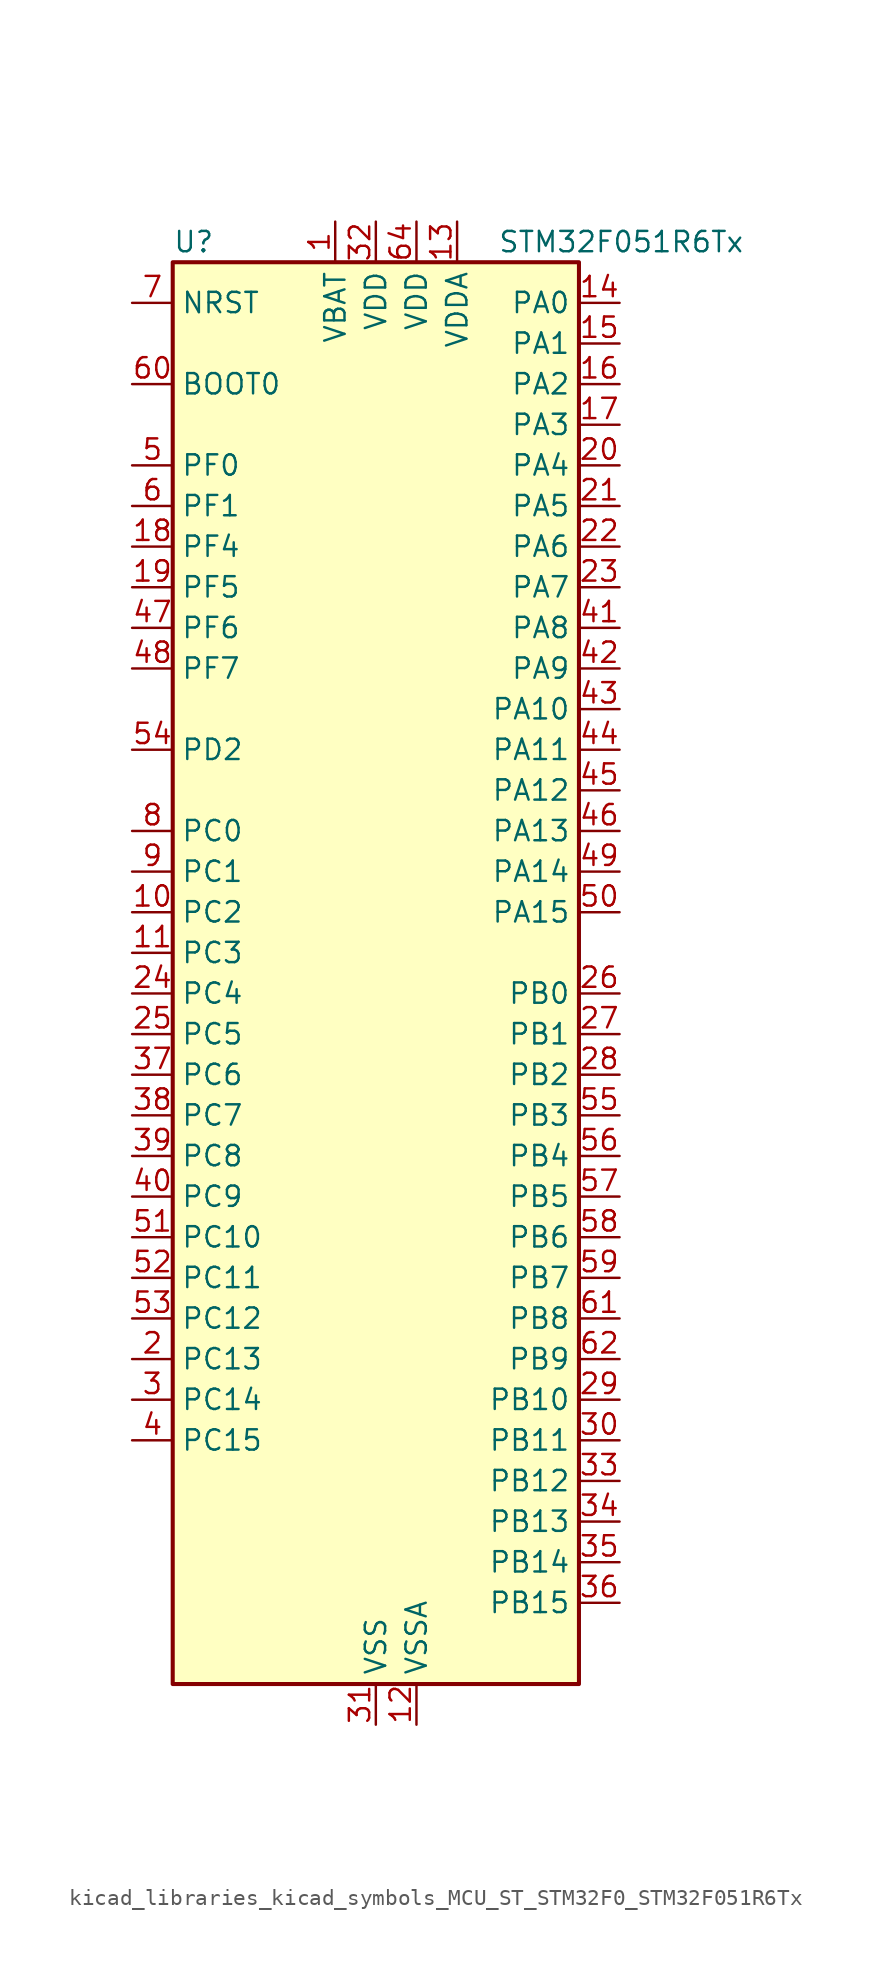
<source format=kicad_sym>
(kicad_symbol_lib
  (version 20220914)
  (generator kicad_symbol_editor)
  (symbol "kicad_libraries_kicad_symbols_MCU_ST_STM32F0_STM32F051R6Tx"
    (property "Reference" "U"
      (at -12.7 46.99 0)
      (effects (font (size 1.27 1.27)) (justify left)))
    (property "Value" "STM32F051R6Tx"
      (at 7.62 46.99 0)
      (effects (font (size 1.27 1.27)) (justify left)))
    (property "ki_locked" ""
      (at 0 0 0)
      (effects (font (size 1.27 1.27))))
    (symbol "kicad_libraries_kicad_symbols_MCU_ST_STM32F0_STM32F051R6Tx_0_1"
      (rectangle (start -12.7 -43.18) (end 12.7 45.72) (stroke (width 0.254) (type default)) (fill (type background))))
    (symbol "kicad_libraries_kicad_symbols_MCU_ST_STM32F0_STM32F051R6Tx_1_1"
      (pin power_in line (at -2.54 48.26 270) (length 2.54) (name "VBAT" (effects (font (size 1.27 1.27)))) (number "1" (effects (font (size 1.27 1.27)))))
      (pin bidirectional line (at -15.24 5.08 0) (length 2.54) (name "PC2" (effects (font (size 1.27 1.27)))) (number "10" (effects (font (size 1.27 1.27)))) (alternate "ADC_IN12" bidirectional line))
      (pin bidirectional line (at -15.24 2.54 0) (length 2.54) (name "PC3" (effects (font (size 1.27 1.27)))) (number "11" (effects (font (size 1.27 1.27)))) (alternate "ADC_IN13" bidirectional line))
      (pin power_in line (at 2.54 -45.72 90) (length 2.54) (name "VSSA" (effects (font (size 1.27 1.27)))) (number "12" (effects (font (size 1.27 1.27)))))
      (pin power_in line (at 5.08 48.26 270) (length 2.54) (name "VDDA" (effects (font (size 1.27 1.27)))) (number "13" (effects (font (size 1.27 1.27)))))
      (pin bidirectional line (at 15.24 43.18 180) (length 2.54) (name "PA0" (effects (font (size 1.27 1.27)))) (number "14" (effects (font (size 1.27 1.27)))) (alternate "ADC_IN0" bidirectional line) (alternate "COMP1_INM" bidirectional line) (alternate "COMP1_OUT" bidirectional line) (alternate "RTC_TAMP2" bidirectional line) (alternate "SYS_WKUP1" bidirectional line) (alternate "TIM2_CH1" bidirectional line) (alternate "TIM2_ETR" bidirectional line) (alternate "TSC_G1_IO1" bidirectional line) (alternate "USART2_CTS" bidirectional line))
      (pin bidirectional line (at 15.24 40.64 180) (length 2.54) (name "PA1" (effects (font (size 1.27 1.27)))) (number "15" (effects (font (size 1.27 1.27)))) (alternate "ADC_IN1" bidirectional line) (alternate "COMP1_INP" bidirectional line) (alternate "TIM2_CH2" bidirectional line) (alternate "TSC_G1_IO2" bidirectional line) (alternate "USART2_DE" bidirectional line) (alternate "USART2_RTS" bidirectional line))
      (pin bidirectional line (at 15.24 38.1 180) (length 2.54) (name "PA2" (effects (font (size 1.27 1.27)))) (number "16" (effects (font (size 1.27 1.27)))) (alternate "ADC_IN2" bidirectional line) (alternate "COMP2_INM" bidirectional line) (alternate "COMP2_OUT" bidirectional line) (alternate "TIM15_CH1" bidirectional line) (alternate "TIM2_CH3" bidirectional line) (alternate "TSC_G1_IO3" bidirectional line) (alternate "USART2_TX" bidirectional line))
      (pin bidirectional line (at 15.24 35.56 180) (length 2.54) (name "PA3" (effects (font (size 1.27 1.27)))) (number "17" (effects (font (size 1.27 1.27)))) (alternate "ADC_IN3" bidirectional line) (alternate "COMP2_INP" bidirectional line) (alternate "TIM15_CH2" bidirectional line) (alternate "TIM2_CH4" bidirectional line) (alternate "TSC_G1_IO4" bidirectional line) (alternate "USART2_RX" bidirectional line))
      (pin bidirectional line (at -15.24 27.94 0) (length 2.54) (name "PF4" (effects (font (size 1.27 1.27)))) (number "18" (effects (font (size 1.27 1.27)))))
      (pin bidirectional line (at -15.24 25.4 0) (length 2.54) (name "PF5" (effects (font (size 1.27 1.27)))) (number "19" (effects (font (size 1.27 1.27)))))
      (pin bidirectional line (at -15.24 -22.86 0) (length 2.54) (name "PC13" (effects (font (size 1.27 1.27)))) (number "2" (effects (font (size 1.27 1.27)))) (alternate "RTC_OUT_ALARM" bidirectional line) (alternate "RTC_OUT_CALIB" bidirectional line) (alternate "RTC_TAMP1" bidirectional line) (alternate "RTC_TS" bidirectional line) (alternate "SYS_WKUP2" bidirectional line))
      (pin bidirectional line (at 15.24 33.02 180) (length 2.54) (name "PA4" (effects (font (size 1.27 1.27)))) (number "20" (effects (font (size 1.27 1.27)))) (alternate "ADC_IN4" bidirectional line) (alternate "COMP1_INM" bidirectional line) (alternate "COMP2_INM" bidirectional line) (alternate "DAC1_OUT1" bidirectional line) (alternate "I2S1_WS" bidirectional line) (alternate "SPI1_NSS" bidirectional line) (alternate "TIM14_CH1" bidirectional line) (alternate "TSC_G2_IO1" bidirectional line) (alternate "USART2_CK" bidirectional line))
      (pin bidirectional line (at 15.24 30.48 180) (length 2.54) (name "PA5" (effects (font (size 1.27 1.27)))) (number "21" (effects (font (size 1.27 1.27)))) (alternate "ADC_IN5" bidirectional line) (alternate "CEC" bidirectional line) (alternate "COMP1_INM" bidirectional line) (alternate "COMP2_INM" bidirectional line) (alternate "I2S1_CK" bidirectional line) (alternate "SPI1_SCK" bidirectional line) (alternate "TIM2_CH1" bidirectional line) (alternate "TIM2_ETR" bidirectional line) (alternate "TSC_G2_IO2" bidirectional line))
      (pin bidirectional line (at 15.24 27.94 180) (length 2.54) (name "PA6" (effects (font (size 1.27 1.27)))) (number "22" (effects (font (size 1.27 1.27)))) (alternate "ADC_IN6" bidirectional line) (alternate "COMP1_OUT" bidirectional line) (alternate "I2S1_MCK" bidirectional line) (alternate "SPI1_MISO" bidirectional line) (alternate "TIM16_CH1" bidirectional line) (alternate "TIM1_BKIN" bidirectional line) (alternate "TIM3_CH1" bidirectional line) (alternate "TSC_G2_IO3" bidirectional line))
      (pin bidirectional line (at 15.24 25.4 180) (length 2.54) (name "PA7" (effects (font (size 1.27 1.27)))) (number "23" (effects (font (size 1.27 1.27)))) (alternate "ADC_IN7" bidirectional line) (alternate "COMP2_OUT" bidirectional line) (alternate "I2S1_SD" bidirectional line) (alternate "SPI1_MOSI" bidirectional line) (alternate "TIM14_CH1" bidirectional line) (alternate "TIM17_CH1" bidirectional line) (alternate "TIM1_CH1N" bidirectional line) (alternate "TIM3_CH2" bidirectional line) (alternate "TSC_G2_IO4" bidirectional line))
      (pin bidirectional line (at -15.24 0 0) (length 2.54) (name "PC4" (effects (font (size 1.27 1.27)))) (number "24" (effects (font (size 1.27 1.27)))) (alternate "ADC_IN14" bidirectional line))
      (pin bidirectional line (at -15.24 -2.54 0) (length 2.54) (name "PC5" (effects (font (size 1.27 1.27)))) (number "25" (effects (font (size 1.27 1.27)))) (alternate "ADC_IN15" bidirectional line) (alternate "TSC_G3_IO1" bidirectional line))
      (pin bidirectional line (at 15.24 0 180) (length 2.54) (name "PB0" (effects (font (size 1.27 1.27)))) (number "26" (effects (font (size 1.27 1.27)))) (alternate "ADC_IN8" bidirectional line) (alternate "TIM1_CH2N" bidirectional line) (alternate "TIM3_CH3" bidirectional line) (alternate "TSC_G3_IO2" bidirectional line))
      (pin bidirectional line (at 15.24 -2.54 180) (length 2.54) (name "PB1" (effects (font (size 1.27 1.27)))) (number "27" (effects (font (size 1.27 1.27)))) (alternate "ADC_IN9" bidirectional line) (alternate "TIM14_CH1" bidirectional line) (alternate "TIM1_CH3N" bidirectional line) (alternate "TIM3_CH4" bidirectional line) (alternate "TSC_G3_IO3" bidirectional line))
      (pin bidirectional line (at 15.24 -5.08 180) (length 2.54) (name "PB2" (effects (font (size 1.27 1.27)))) (number "28" (effects (font (size 1.27 1.27)))) (alternate "TSC_G3_IO4" bidirectional line))
      (pin bidirectional line (at 15.24 -25.4 180) (length 2.54) (name "PB10" (effects (font (size 1.27 1.27)))) (number "29" (effects (font (size 1.27 1.27)))) (alternate "CEC" bidirectional line) (alternate "TIM2_CH3" bidirectional line) (alternate "TSC_SYNC" bidirectional line))
      (pin bidirectional line (at -15.24 -25.4 0) (length 2.54) (name "PC14" (effects (font (size 1.27 1.27)))) (number "3" (effects (font (size 1.27 1.27)))) (alternate "RCC_OSC32_IN" bidirectional line))
      (pin bidirectional line (at 15.24 -27.94 180) (length 2.54) (name "PB11" (effects (font (size 1.27 1.27)))) (number "30" (effects (font (size 1.27 1.27)))) (alternate "TIM2_CH4" bidirectional line) (alternate "TSC_G6_IO1" bidirectional line))
      (pin power_in line (at 0 -45.72 90) (length 2.54) (name "VSS" (effects (font (size 1.27 1.27)))) (number "31" (effects (font (size 1.27 1.27)))))
      (pin power_in line (at 0 48.26 270) (length 2.54) (name "VDD" (effects (font (size 1.27 1.27)))) (number "32" (effects (font (size 1.27 1.27)))))
      (pin bidirectional line (at 15.24 -30.48 180) (length 2.54) (name "PB12" (effects (font (size 1.27 1.27)))) (number "33" (effects (font (size 1.27 1.27)))) (alternate "SPI2_NSS" bidirectional line) (alternate "TIM1_BKIN" bidirectional line) (alternate "TSC_G6_IO2" bidirectional line))
      (pin bidirectional line (at 15.24 -33.02 180) (length 2.54) (name "PB13" (effects (font (size 1.27 1.27)))) (number "34" (effects (font (size 1.27 1.27)))) (alternate "SPI2_SCK" bidirectional line) (alternate "TIM1_CH1N" bidirectional line) (alternate "TSC_G6_IO3" bidirectional line))
      (pin bidirectional line (at 15.24 -35.56 180) (length 2.54) (name "PB14" (effects (font (size 1.27 1.27)))) (number "35" (effects (font (size 1.27 1.27)))) (alternate "SPI2_MISO" bidirectional line) (alternate "TIM15_CH1" bidirectional line) (alternate "TIM1_CH2N" bidirectional line) (alternate "TSC_G6_IO4" bidirectional line))
      (pin bidirectional line (at 15.24 -38.1 180) (length 2.54) (name "PB15" (effects (font (size 1.27 1.27)))) (number "36" (effects (font (size 1.27 1.27)))) (alternate "RTC_REFIN" bidirectional line) (alternate "SPI2_MOSI" bidirectional line) (alternate "TIM15_CH1N" bidirectional line) (alternate "TIM15_CH2" bidirectional line) (alternate "TIM1_CH3N" bidirectional line))
      (pin bidirectional line (at -15.24 -5.08 0) (length 2.54) (name "PC6" (effects (font (size 1.27 1.27)))) (number "37" (effects (font (size 1.27 1.27)))) (alternate "TIM3_CH1" bidirectional line))
      (pin bidirectional line (at -15.24 -7.62 0) (length 2.54) (name "PC7" (effects (font (size 1.27 1.27)))) (number "38" (effects (font (size 1.27 1.27)))) (alternate "TIM3_CH2" bidirectional line))
      (pin bidirectional line (at -15.24 -10.16 0) (length 2.54) (name "PC8" (effects (font (size 1.27 1.27)))) (number "39" (effects (font (size 1.27 1.27)))) (alternate "TIM3_CH3" bidirectional line))
      (pin bidirectional line (at -15.24 -27.94 0) (length 2.54) (name "PC15" (effects (font (size 1.27 1.27)))) (number "4" (effects (font (size 1.27 1.27)))) (alternate "RCC_OSC32_OUT" bidirectional line))
      (pin bidirectional line (at -15.24 -12.7 0) (length 2.54) (name "PC9" (effects (font (size 1.27 1.27)))) (number "40" (effects (font (size 1.27 1.27)))) (alternate "DAC1_EXTI9" bidirectional line) (alternate "TIM3_CH4" bidirectional line))
      (pin bidirectional line (at 15.24 22.86 180) (length 2.54) (name "PA8" (effects (font (size 1.27 1.27)))) (number "41" (effects (font (size 1.27 1.27)))) (alternate "RCC_MCO" bidirectional line) (alternate "TIM1_CH1" bidirectional line) (alternate "USART1_CK" bidirectional line))
      (pin bidirectional line (at 15.24 20.32 180) (length 2.54) (name "PA9" (effects (font (size 1.27 1.27)))) (number "42" (effects (font (size 1.27 1.27)))) (alternate "DAC1_EXTI9" bidirectional line) (alternate "TIM15_BKIN" bidirectional line) (alternate "TIM1_CH2" bidirectional line) (alternate "TSC_G4_IO1" bidirectional line) (alternate "USART1_TX" bidirectional line))
      (pin bidirectional line (at 15.24 17.78 180) (length 2.54) (name "PA10" (effects (font (size 1.27 1.27)))) (number "43" (effects (font (size 1.27 1.27)))) (alternate "TIM17_BKIN" bidirectional line) (alternate "TIM1_CH3" bidirectional line) (alternate "TSC_G4_IO2" bidirectional line) (alternate "USART1_RX" bidirectional line))
      (pin bidirectional line (at 15.24 15.24 180) (length 2.54) (name "PA11" (effects (font (size 1.27 1.27)))) (number "44" (effects (font (size 1.27 1.27)))) (alternate "COMP1_OUT" bidirectional line) (alternate "TIM1_CH4" bidirectional line) (alternate "TSC_G4_IO3" bidirectional line) (alternate "USART1_CTS" bidirectional line))
      (pin bidirectional line (at 15.24 12.7 180) (length 2.54) (name "PA12" (effects (font (size 1.27 1.27)))) (number "45" (effects (font (size 1.27 1.27)))) (alternate "COMP2_OUT" bidirectional line) (alternate "TIM1_ETR" bidirectional line) (alternate "TSC_G4_IO4" bidirectional line) (alternate "USART1_DE" bidirectional line) (alternate "USART1_RTS" bidirectional line))
      (pin bidirectional line (at 15.24 10.16 180) (length 2.54) (name "PA13" (effects (font (size 1.27 1.27)))) (number "46" (effects (font (size 1.27 1.27)))) (alternate "IR_OUT" bidirectional line) (alternate "SYS_SWDIO" bidirectional line))
      (pin bidirectional line (at -15.24 22.86 0) (length 2.54) (name "PF6" (effects (font (size 1.27 1.27)))) (number "47" (effects (font (size 1.27 1.27)))))
      (pin bidirectional line (at -15.24 20.32 0) (length 2.54) (name "PF7" (effects (font (size 1.27 1.27)))) (number "48" (effects (font (size 1.27 1.27)))))
      (pin bidirectional line (at 15.24 7.62 180) (length 2.54) (name "PA14" (effects (font (size 1.27 1.27)))) (number "49" (effects (font (size 1.27 1.27)))) (alternate "SYS_SWCLK" bidirectional line) (alternate "USART2_TX" bidirectional line))
      (pin bidirectional line (at -15.24 33.02 0) (length 2.54) (name "PF0" (effects (font (size 1.27 1.27)))) (number "5" (effects (font (size 1.27 1.27)))) (alternate "RCC_OSC_IN" bidirectional line))
      (pin bidirectional line (at 15.24 5.08 180) (length 2.54) (name "PA15" (effects (font (size 1.27 1.27)))) (number "50" (effects (font (size 1.27 1.27)))) (alternate "I2S1_WS" bidirectional line) (alternate "SPI1_NSS" bidirectional line) (alternate "TIM2_CH1" bidirectional line) (alternate "TIM2_ETR" bidirectional line) (alternate "USART2_RX" bidirectional line))
      (pin bidirectional line (at -15.24 -15.24 0) (length 2.54) (name "PC10" (effects (font (size 1.27 1.27)))) (number "51" (effects (font (size 1.27 1.27)))))
      (pin bidirectional line (at -15.24 -17.78 0) (length 2.54) (name "PC11" (effects (font (size 1.27 1.27)))) (number "52" (effects (font (size 1.27 1.27)))))
      (pin bidirectional line (at -15.24 -20.32 0) (length 2.54) (name "PC12" (effects (font (size 1.27 1.27)))) (number "53" (effects (font (size 1.27 1.27)))))
      (pin bidirectional line (at -15.24 15.24 0) (length 2.54) (name "PD2" (effects (font (size 1.27 1.27)))) (number "54" (effects (font (size 1.27 1.27)))) (alternate "TIM3_ETR" bidirectional line))
      (pin bidirectional line (at 15.24 -7.62 180) (length 2.54) (name "PB3" (effects (font (size 1.27 1.27)))) (number "55" (effects (font (size 1.27 1.27)))) (alternate "I2S1_CK" bidirectional line) (alternate "SPI1_SCK" bidirectional line) (alternate "TIM2_CH2" bidirectional line) (alternate "TSC_G5_IO1" bidirectional line))
      (pin bidirectional line (at 15.24 -10.16 180) (length 2.54) (name "PB4" (effects (font (size 1.27 1.27)))) (number "56" (effects (font (size 1.27 1.27)))) (alternate "I2S1_MCK" bidirectional line) (alternate "SPI1_MISO" bidirectional line) (alternate "TIM3_CH1" bidirectional line) (alternate "TSC_G5_IO2" bidirectional line))
      (pin bidirectional line (at 15.24 -12.7 180) (length 2.54) (name "PB5" (effects (font (size 1.27 1.27)))) (number "57" (effects (font (size 1.27 1.27)))) (alternate "I2C1_SMBA" bidirectional line) (alternate "I2S1_SD" bidirectional line) (alternate "SPI1_MOSI" bidirectional line) (alternate "TIM16_BKIN" bidirectional line) (alternate "TIM3_CH2" bidirectional line))
      (pin bidirectional line (at 15.24 -15.24 180) (length 2.54) (name "PB6" (effects (font (size 1.27 1.27)))) (number "58" (effects (font (size 1.27 1.27)))) (alternate "I2C1_SCL" bidirectional line) (alternate "TIM16_CH1N" bidirectional line) (alternate "TSC_G5_IO3" bidirectional line) (alternate "USART1_TX" bidirectional line))
      (pin bidirectional line (at 15.24 -17.78 180) (length 2.54) (name "PB7" (effects (font (size 1.27 1.27)))) (number "59" (effects (font (size 1.27 1.27)))) (alternate "I2C1_SDA" bidirectional line) (alternate "TIM17_CH1N" bidirectional line) (alternate "TSC_G5_IO4" bidirectional line) (alternate "USART1_RX" bidirectional line))
      (pin bidirectional line (at -15.24 30.48 0) (length 2.54) (name "PF1" (effects (font (size 1.27 1.27)))) (number "6" (effects (font (size 1.27 1.27)))) (alternate "RCC_OSC_OUT" bidirectional line))
      (pin input line (at -15.24 38.1 0) (length 2.54) (name "BOOT0" (effects (font (size 1.27 1.27)))) (number "60" (effects (font (size 1.27 1.27)))))
      (pin bidirectional line (at 15.24 -20.32 180) (length 2.54) (name "PB8" (effects (font (size 1.27 1.27)))) (number "61" (effects (font (size 1.27 1.27)))) (alternate "CEC" bidirectional line) (alternate "I2C1_SCL" bidirectional line) (alternate "TIM16_CH1" bidirectional line) (alternate "TSC_SYNC" bidirectional line))
      (pin bidirectional line (at 15.24 -22.86 180) (length 2.54) (name "PB9" (effects (font (size 1.27 1.27)))) (number "62" (effects (font (size 1.27 1.27)))) (alternate "DAC1_EXTI9" bidirectional line) (alternate "I2C1_SDA" bidirectional line) (alternate "IR_OUT" bidirectional line) (alternate "TIM17_CH1" bidirectional line))
      (pin passive line (at 0 -45.72 90) (length 2.54) hide (name "VSS" (effects (font (size 1.27 1.27)))) (number "63" (effects (font (size 1.27 1.27)))))
      (pin power_in line (at 2.54 48.26 270) (length 2.54) (name "VDD" (effects (font (size 1.27 1.27)))) (number "64" (effects (font (size 1.27 1.27)))))
      (pin input line (at -15.24 43.18 0) (length 2.54) (name "NRST" (effects (font (size 1.27 1.27)))) (number "7" (effects (font (size 1.27 1.27)))))
      (pin bidirectional line (at -15.24 10.16 0) (length 2.54) (name "PC0" (effects (font (size 1.27 1.27)))) (number "8" (effects (font (size 1.27 1.27)))) (alternate "ADC_IN10" bidirectional line))
      (pin bidirectional line (at -15.24 7.62 0) (length 2.54) (name "PC1" (effects (font (size 1.27 1.27)))) (number "9" (effects (font (size 1.27 1.27)))) (alternate "ADC_IN11" bidirectional line)))))
</source>
